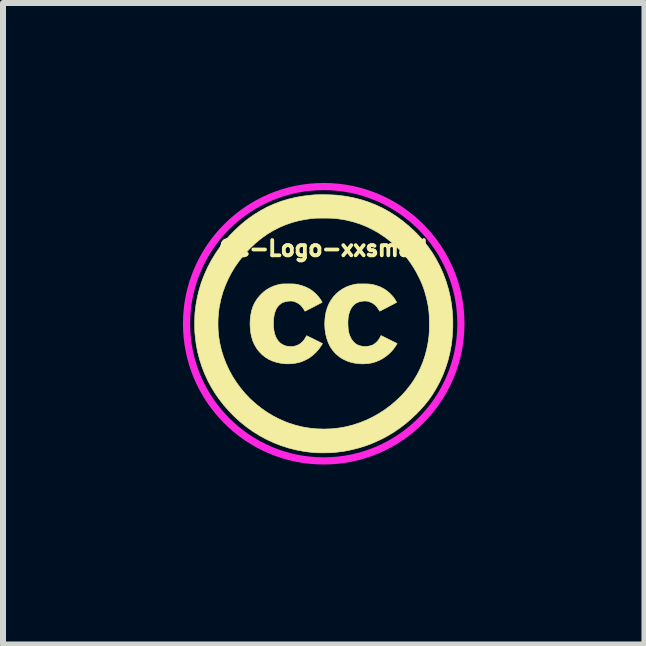
<source format=kicad_pcb>
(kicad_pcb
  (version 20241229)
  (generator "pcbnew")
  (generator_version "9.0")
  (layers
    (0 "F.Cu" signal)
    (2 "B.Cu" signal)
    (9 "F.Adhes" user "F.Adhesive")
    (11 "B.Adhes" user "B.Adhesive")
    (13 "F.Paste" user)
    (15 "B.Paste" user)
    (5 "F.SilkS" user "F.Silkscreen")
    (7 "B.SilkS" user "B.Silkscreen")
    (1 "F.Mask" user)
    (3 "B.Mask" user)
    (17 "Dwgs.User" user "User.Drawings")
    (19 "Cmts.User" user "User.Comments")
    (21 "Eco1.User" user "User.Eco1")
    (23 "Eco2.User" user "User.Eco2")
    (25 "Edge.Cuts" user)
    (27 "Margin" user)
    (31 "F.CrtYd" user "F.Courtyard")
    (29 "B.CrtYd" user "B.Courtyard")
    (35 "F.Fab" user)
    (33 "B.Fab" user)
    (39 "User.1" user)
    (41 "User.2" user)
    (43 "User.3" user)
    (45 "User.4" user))
  (footprint "CC-Logo-xxsmall"
    (layer "F.Cu")
    (at 2.347 2.362)
    (property "Reference" "CC-Logo-xxsmall" (at 0 -1.27 0) (layer "F.SilkS") (effects (font (size 0.254 0.254) (thickness 0.064))))
    (attr through_hole)
    (fp_poly (pts (xy -0.559 -0.679) (xy -0.532 -0.679) (xy -0.51 -0.678) (xy -0.492 -0.677) (xy -0.476 -0.676) (xy -0.461 -0.673) (xy -0.445 -0.67) (xy -0.44 -0.67) (xy -0.369 -0.652) (xy -0.303 -0.628) (xy -0.242 -0.598) (xy -0.188 -0.562) (xy -0.138 -0.519) (xy -0.129 -0.51) (xy -0.103 -0.482) (xy -0.077 -0.451) (xy -0.054 -0.419) (xy -0.039 -0.395) (xy -0.026 -0.373) (xy -0.061 -0.354) (xy -0.084 -0.342) (xy -0.11 -0.328) (xy -0.138 -0.313) (xy -0.167 -0.298) (xy -0.196 -0.283) (xy -0.223 -0.269) (xy -0.249 -0.256) (xy -0.272 -0.244) (xy -0.291 -0.235) (xy -0.304 -0.228) (xy -0.312 -0.225) (xy -0.313 -0.224) (xy -0.317 -0.228) (xy -0.32 -0.233) (xy -0.325 -0.245) (xy -0.336 -0.262) (xy -0.349 -0.28) (xy -0.363 -0.299) (xy -0.378 -0.316) (xy -0.389 -0.327) (xy -0.414 -0.347) (xy -0.445 -0.365) (xy -0.477 -0.38) (xy -0.507 -0.39) (xy -0.508 -0.39) (xy -0.537 -0.394) (xy -0.57 -0.393) (xy -0.606 -0.39) (xy -0.641 -0.382) (xy -0.673 -0.373) (xy -0.7 -0.36) (xy -0.707 -0.356) (xy -0.74 -0.329) (xy -0.769 -0.298) (xy -0.792 -0.262) (xy -0.81 -0.219) (xy -0.824 -0.171) (xy -0.833 -0.117) (xy -0.838 -0.056) (xy -0.838 -0.019) (xy -0.837 0.036) (xy -0.832 0.084) (xy -0.825 0.127) (xy -0.814 0.167) (xy -0.798 0.206) (xy -0.786 0.23) (xy -0.761 0.269) (xy -0.731 0.302) (xy -0.695 0.328) (xy -0.653 0.349) (xy -0.648 0.351) (xy -0.625 0.357) (xy -0.596 0.361) (xy -0.565 0.364) (xy -0.532 0.364) (xy -0.503 0.362) (xy -0.48 0.358) (xy -0.436 0.343) (xy -0.396 0.321) (xy -0.36 0.292) (xy -0.329 0.257) (xy -0.308 0.224) (xy -0.299 0.209) (xy -0.292 0.196) (xy -0.288 0.187) (xy -0.287 0.185) (xy -0.283 0.186) (xy -0.272 0.191) (xy -0.256 0.199) (xy -0.235 0.209) (xy -0.209 0.221) (xy -0.181 0.235) (xy -0.153 0.249) (xy -0.021 0.316) (xy -0.036 0.341) (xy -0.077 0.401) (xy -0.125 0.457) (xy -0.177 0.506) (xy -0.235 0.55) (xy -0.282 0.578) (xy -0.344 0.607) (xy -0.408 0.63) (xy -0.477 0.644) (xy -0.548 0.652) (xy -0.624 0.653) (xy -0.643 0.652) (xy -0.718 0.643) (xy -0.789 0.628) (xy -0.856 0.606) (xy -0.919 0.577) (xy -0.976 0.541) (xy -1.029 0.499) (xy -1.076 0.45) (xy -1.118 0.396) (xy -1.153 0.336) (xy -1.158 0.327) (xy -1.185 0.264) (xy -1.205 0.195) (xy -1.219 0.121) (xy -1.226 0.042) (xy -1.228 -0.013) (xy -1.225 -0.094) (xy -1.215 -0.169) (xy -1.2 -0.24) (xy -1.178 -0.306) (xy -1.149 -0.367) (xy -1.113 -0.424) (xy -1.071 -0.477) (xy -1.044 -0.506) (xy -0.995 -0.551) (xy -0.943 -0.588) (xy -0.889 -0.619) (xy -0.83 -0.644) (xy -0.766 -0.664) (xy -0.741 -0.67) (xy -0.726 -0.673) (xy -0.712 -0.675) (xy -0.697 -0.677) (xy -0.681 -0.678) (xy -0.661 -0.679) (xy -0.637 -0.679) (xy -0.606 -0.679) (xy -0.593 -0.679) (xy -0.559 -0.679)) (stroke (width 0.01) (type solid)) (fill yes) (layer "F.SilkS"))
    (fp_poly (pts (xy 0.699 -0.679) (xy 0.736 -0.678) (xy 0.77 -0.675) (xy 0.8 -0.671) (xy 0.829 -0.665) (xy 0.859 -0.657) (xy 0.886 -0.649) (xy 0.95 -0.625) (xy 1.01 -0.593) (xy 1.065 -0.554) (xy 1.115 -0.509) (xy 1.16 -0.459) (xy 1.174 -0.44) (xy 1.185 -0.423) (xy 1.196 -0.406) (xy 1.205 -0.391) (xy 1.212 -0.379) (xy 1.215 -0.372) (xy 1.214 -0.371) (xy 1.21 -0.369) (xy 1.199 -0.363) (xy 1.183 -0.354) (xy 1.163 -0.343) (xy 1.139 -0.331) (xy 1.112 -0.317) (xy 1.085 -0.303) (xy 1.057 -0.288) (xy 1.029 -0.273) (xy 1.003 -0.26) (xy 0.98 -0.248) (xy 0.961 -0.238) (xy 0.946 -0.23) (xy 0.937 -0.226) (xy 0.934 -0.224) (xy 0.932 -0.228) (xy 0.925 -0.237) (xy 0.917 -0.25) (xy 0.911 -0.26) (xy 0.884 -0.298) (xy 0.855 -0.329) (xy 0.822 -0.353) (xy 0.798 -0.366) (xy 0.771 -0.378) (xy 0.749 -0.386) (xy 0.727 -0.391) (xy 0.704 -0.393) (xy 0.683 -0.394) (xy 0.633 -0.39) (xy 0.588 -0.379) (xy 0.547 -0.362) (xy 0.511 -0.338) (xy 0.481 -0.307) (xy 0.455 -0.269) (xy 0.434 -0.225) (xy 0.419 -0.175) (xy 0.408 -0.118) (xy 0.403 -0.055) (xy 0.404 0.011) (xy 0.407 0.061) (xy 0.412 0.105) (xy 0.421 0.145) (xy 0.433 0.182) (xy 0.434 0.184) (xy 0.451 0.222) (xy 0.473 0.257) (xy 0.499 0.289) (xy 0.527 0.315) (xy 0.555 0.334) (xy 0.593 0.35) (xy 0.635 0.36) (xy 0.68 0.364) (xy 0.725 0.363) (xy 0.769 0.355) (xy 0.81 0.342) (xy 0.827 0.334) (xy 0.853 0.316) (xy 0.88 0.293) (xy 0.905 0.266) (xy 0.926 0.236) (xy 0.935 0.22) (xy 0.943 0.205) (xy 0.95 0.192) (xy 0.954 0.184) (xy 0.955 0.183) (xy 0.959 0.184) (xy 0.969 0.189) (xy 0.985 0.197) (xy 1.005 0.207) (xy 1.029 0.218) (xy 1.055 0.231) (xy 1.082 0.245) (xy 1.109 0.258) (xy 1.136 0.272) (xy 1.161 0.284) (xy 1.183 0.295) (xy 1.201 0.304) (xy 1.215 0.311) (xy 1.222 0.315) (xy 1.223 0.316) (xy 1.222 0.32) (xy 1.216 0.329) (xy 1.207 0.343) (xy 1.196 0.36) (xy 1.183 0.378) (xy 1.17 0.396) (xy 1.157 0.413) (xy 1.145 0.428) (xy 1.14 0.434) (xy 1.093 0.482) (xy 1.04 0.526) (xy 0.984 0.564) (xy 0.924 0.596) (xy 0.862 0.621) (xy 0.798 0.639) (xy 0.735 0.649) (xy 0.722 0.65) (xy 0.703 0.651) (xy 0.685 0.652) (xy 0.672 0.653) (xy 0.671 0.653) (xy 0.66 0.654) (xy 0.643 0.653) (xy 0.622 0.653) (xy 0.603 0.652) (xy 0.527 0.644) (xy 0.456 0.629) (xy 0.39 0.607) (xy 0.328 0.578) (xy 0.27 0.543) (xy 0.217 0.5) (xy 0.192 0.477) (xy 0.148 0.426) (xy 0.11 0.37) (xy 0.079 0.308) (xy 0.054 0.241) (xy 0.035 0.169) (xy 0.023 0.091) (xy 0.021 0.079) (xy 0.017 0.004) (xy 0.019 -0.07) (xy 0.026 -0.143) (xy 0.039 -0.212) (xy 0.058 -0.276) (xy 0.058 -0.277) (xy 0.085 -0.344) (xy 0.12 -0.405) (xy 0.16 -0.462) (xy 0.207 -0.513) (xy 0.259 -0.558) (xy 0.316 -0.596) (xy 0.379 -0.629) (xy 0.446 -0.654) (xy 0.515 -0.672) (xy 0.529 -0.674) (xy 0.545 -0.676) (xy 0.563 -0.678) (xy 0.585 -0.679) (xy 0.612 -0.679) (xy 0.646 -0.679) (xy 0.654 -0.679) (xy 0.699 -0.679)) (stroke (width 0.01) (type solid)) (fill yes) (layer "F.SilkS"))
    (fp_poly (pts (xy 0.031 -2.166) (xy 0.082 -2.165) (xy 0.131 -2.163) (xy 0.177 -2.161) (xy 0.217 -2.158) (xy 0.23 -2.157) (xy 0.365 -2.14) (xy 0.496 -2.115) (xy 0.623 -2.083) (xy 0.747 -2.043) (xy 0.866 -1.996) (xy 0.982 -1.942) (xy 1.095 -1.879) (xy 1.205 -1.809) (xy 1.312 -1.731) (xy 1.416 -1.645) (xy 1.518 -1.552) (xy 1.577 -1.492) (xy 1.662 -1.398) (xy 1.741 -1.297) (xy 1.814 -1.192) (xy 1.88 -1.082) (xy 1.939 -0.968) (xy 1.992 -0.849) (xy 2.038 -0.727) (xy 2.076 -0.602) (xy 2.107 -0.474) (xy 2.13 -0.344) (xy 2.135 -0.301) (xy 2.146 -0.191) (xy 2.152 -0.076) (xy 2.152 0.04) (xy 2.146 0.156) (xy 2.136 0.27) (xy 2.127 0.339) (xy 2.103 0.467) (xy 2.072 0.594) (xy 2.033 0.719) (xy 1.986 0.84) (xy 1.932 0.958) (xy 1.926 0.969) (xy 1.872 1.069) (xy 1.814 1.163) (xy 1.751 1.254) (xy 1.681 1.341) (xy 1.605 1.427) (xy 1.549 1.484) (xy 1.457 1.571) (xy 1.364 1.651) (xy 1.268 1.724) (xy 1.169 1.792) (xy 1.066 1.854) (xy 0.974 1.903) (xy 0.85 1.961) (xy 0.725 2.011) (xy 0.598 2.052) (xy 0.469 2.085) (xy 0.338 2.111) (xy 0.204 2.128) (xy 0.14 2.134) (xy 0.119 2.135) (xy 0.093 2.136) (xy 0.062 2.136) (xy 0.029 2.137) (xy -0.005 2.137) (xy -0.038 2.137) (xy -0.069 2.137) (xy -0.096 2.136) (xy -0.118 2.136) (xy -0.127 2.135) (xy -0.167 2.132) (xy -0.201 2.129) (xy -0.23 2.126) (xy -0.255 2.123) (xy -0.278 2.121) (xy -0.302 2.117) (xy -0.324 2.114) (xy -0.454 2.09) (xy -0.582 2.058) (xy -0.708 2.018) (xy -0.831 1.97) (xy -0.95 1.915) (xy -1.067 1.852) (xy -1.179 1.782) (xy -1.288 1.705) (xy -1.393 1.62) (xy -1.493 1.529) (xy -1.582 1.437) (xy -1.664 1.345) (xy -1.737 1.251) (xy -1.804 1.156) (xy -1.866 1.056) (xy -1.923 0.952) (xy -1.931 0.936) (xy -1.985 0.819) (xy -2.031 0.7) (xy -2.07 0.58) (xy -2.102 0.456) (xy -2.126 0.33) (xy -2.142 0.199) (xy -2.149 0.125) (xy -2.15 0.096) (xy -2.151 0.06) (xy -2.152 0.021) (xy -2.152 0.006) (xy -1.763 0.006) (xy -1.76 0.099) (xy -1.752 0.19) (xy -1.739 0.277) (xy -1.733 0.309) (xy -1.706 0.426) (xy -1.67 0.54) (xy -1.627 0.651) (xy -1.577 0.759) (xy -1.52 0.863) (xy -1.456 0.963) (xy -1.386 1.058) (xy -1.31 1.149) (xy -1.228 1.235) (xy -1.14 1.315) (xy -1.048 1.389) (xy -0.95 1.458) (xy -0.848 1.52) (xy -0.741 1.575) (xy -0.631 1.623) (xy -0.586 1.64) (xy -0.473 1.676) (xy -0.357 1.705) (xy -0.239 1.725) (xy -0.119 1.737) (xy 0.002 1.741) (xy 0.125 1.737) (xy 0.148 1.735) (xy 0.264 1.722) (xy 0.38 1.701) (xy 0.493 1.671) (xy 0.605 1.634) (xy 0.714 1.59) (xy 0.821 1.538) (xy 0.924 1.48) (xy 1.024 1.415) (xy 1.119 1.344) (xy 1.209 1.267) (xy 1.295 1.185) (xy 1.374 1.097) (xy 1.448 1.003) (xy 1.496 0.935) (xy 1.554 0.839) (xy 1.605 0.739) (xy 1.65 0.634) (xy 1.687 0.525) (xy 1.717 0.413) (xy 1.738 0.307) (xy 1.744 0.268) (xy 1.749 0.234) (xy 1.753 0.203) (xy 1.756 0.172) (xy 1.758 0.142) (xy 1.76 0.109) (xy 1.76 0.073) (xy 1.761 0.031) (xy 1.761 -0.015) (xy 1.76 -0.08) (xy 1.759 -0.138) (xy 1.756 -0.191) (xy 1.751 -0.241) (xy 1.745 -0.289) (xy 1.736 -0.338) (xy 1.726 -0.389) (xy 1.713 -0.444) (xy 1.712 -0.449) (xy 1.696 -0.508) (xy 1.68 -0.563) (xy 1.663 -0.615) (xy 1.643 -0.667) (xy 1.62 -0.721) (xy 1.593 -0.778) (xy 1.581 -0.802) (xy 1.538 -0.885) (xy 1.492 -0.962) (xy 1.444 -1.035) (xy 1.391 -1.106) (xy 1.331 -1.176) (xy 1.298 -1.212) (xy 1.212 -1.3) (xy 1.121 -1.381) (xy 1.026 -1.454) (xy 0.927 -1.521) (xy 0.825 -1.58) (xy 0.719 -1.632) (xy 0.611 -1.676) (xy 0.499 -1.712) (xy 0.386 -1.74) (xy 0.322 -1.752) (xy 0.284 -1.758) (xy 0.25 -1.763) (xy 0.219 -1.767) (xy 0.189 -1.77) (xy 0.158 -1.773) (xy 0.125 -1.774) (xy 0.088 -1.775) (xy 0.045 -1.776) (xy 0.004 -1.776) (xy -0.041 -1.776) (xy -0.08 -1.775) (xy -0.113 -1.775) (xy -0.142 -1.774) (xy -0.169 -1.772) (xy -0.195 -1.769) (xy -0.222 -1.766) (xy -0.251 -1.762) (xy -0.285 -1.757) (xy -0.292 -1.756) (xy -0.41 -1.734) (xy -0.523 -1.704) (xy -0.634 -1.666) (xy -0.74 -1.621) (xy -0.843 -1.568) (xy -0.943 -1.508) (xy -1.039 -1.439) (xy -1.132 -1.363) (xy -1.222 -1.279) (xy -1.308 -1.188) (xy -1.326 -1.167) (xy -1.404 -1.07) (xy -1.476 -0.969) (xy -1.539 -0.865) (xy -1.595 -0.757) (xy -1.643 -0.647) (xy -1.684 -0.534) (xy -1.716 -0.418) (xy -1.74 -0.3) (xy -1.746 -0.267) (xy -1.756 -0.179) (xy -1.762 -0.088) (xy -1.763 0.006) (xy -2.152 0.006) (xy -2.152 -0.022) (xy -2.151 -0.065) (xy -2.15 -0.107) (xy -2.149 -0.147) (xy -2.147 -0.182) (xy -2.145 -0.211) (xy -2.144 -0.218) (xy -2.128 -0.345) (xy -2.105 -0.467) (xy -2.076 -0.585) (xy -2.041 -0.7) (xy -1.998 -0.813) (xy -1.949 -0.926) (xy -1.933 -0.959) (xy -1.872 -1.074) (xy -1.805 -1.184) (xy -1.732 -1.29) (xy -1.651 -1.392) (xy -1.563 -1.491) (xy -1.476 -1.579) (xy -1.376 -1.671) (xy -1.273 -1.755) (xy -1.167 -1.83) (xy -1.057 -1.898) (xy -0.945 -1.959) (xy -0.829 -2.011) (xy -0.71 -2.056) (xy -0.587 -2.093) (xy -0.46 -2.123) (xy -0.329 -2.145) (xy -0.194 -2.16) (xy -0.15 -2.164) (xy -0.112 -2.165) (xy -0.068 -2.166) (xy -0.02 -2.167) (xy 0.031 -2.166)) (stroke (width 0.01) (type solid)) (fill yes) (layer "F.SilkS"))
    (fp_circle (center 0 -0.015) (end -0.064 2.271) (stroke (width 0.12) (type solid)) (fill no) (layer "F.CrtYd")))
  (gr_rect
    (start -3 -3)
    (end 7.694 7.694)
    (stroke (width 0.1) (type default))
    (fill no)
    (layer "Edge.Cuts")))
</source>
